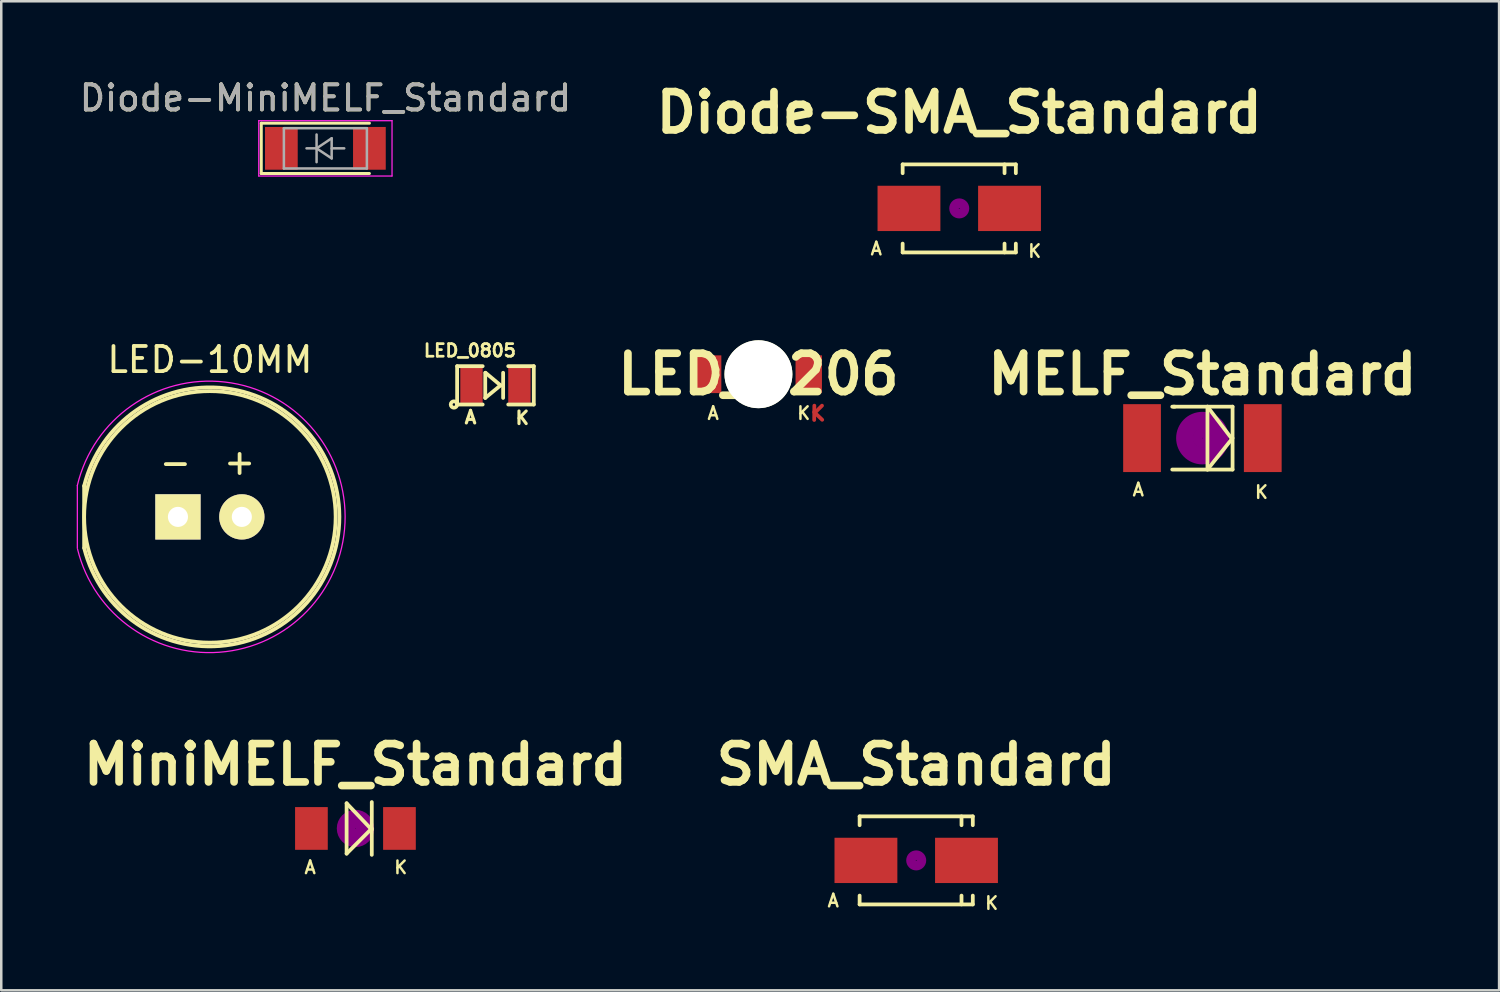
<source format=kicad_pcb>
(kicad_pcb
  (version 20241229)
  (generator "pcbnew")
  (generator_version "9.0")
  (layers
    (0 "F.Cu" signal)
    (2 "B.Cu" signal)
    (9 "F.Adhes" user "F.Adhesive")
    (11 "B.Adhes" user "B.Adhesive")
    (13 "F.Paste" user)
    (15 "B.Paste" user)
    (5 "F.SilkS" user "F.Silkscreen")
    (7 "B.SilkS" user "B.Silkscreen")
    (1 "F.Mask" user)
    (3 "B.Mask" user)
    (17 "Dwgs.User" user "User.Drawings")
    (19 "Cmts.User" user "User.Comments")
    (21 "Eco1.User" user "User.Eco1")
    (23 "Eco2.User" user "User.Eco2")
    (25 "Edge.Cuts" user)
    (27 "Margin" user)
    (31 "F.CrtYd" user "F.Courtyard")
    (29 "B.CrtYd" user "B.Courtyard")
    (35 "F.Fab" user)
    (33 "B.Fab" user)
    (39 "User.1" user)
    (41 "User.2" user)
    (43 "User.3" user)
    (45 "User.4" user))
  (footprint "LED-10MM"
    (layer "F.Cu")
    (at 4.025 17.501)
    (property "Reference" "LED-10MM" (at 1.27 -6.25 0) (layer "F.SilkS") (effects (font (size 1 1) (thickness 0.15))))
    (attr through_hole)
    (fp_line (start -3.73 -1.23) (end -3.73 1.23) (stroke (width 0.15) (type solid)) (layer "F.SilkS"))
    (fp_arc (start -3.73 -1.23) (mid 6.419063 -0.007159) (end -3.72656 1.243899) (stroke (width 0.15) (type solid)) (layer "F.SilkS"))
    (fp_circle (center 1.27 0) (end 1.27 5) (stroke (width 0.15) (type solid)) (fill no) (layer "F.SilkS"))
    (fp_line (start -4 -1.25) (end -4 1.25) (stroke (width 0.05) (type solid)) (layer "F.CrtYd"))
    (fp_arc (start -4 -1.25) (mid 6.646738 -0.014835) (end -3.993048 1.278845) (stroke (width 0.05) (type solid)) (layer "F.CrtYd"))
    (fp_text user "+" (at 2.451 -2.197 0) (layer "F.SilkS") (effects (font (size 1 1) (thickness 0.15))))
    (fp_text user "-" (at -0.102 -2.172 0) (layer "F.SilkS") (effects (font (size 1 1) (thickness 0.15))))
    (pad "1" thru_hole rect (at 0 0 180) (size 1.8 1.8) (drill 0.8) (layers "*.Cu" "*.Mask" "F.SilkS"))
    (pad "2" thru_hole circle (at 2.54 0 180) (size 1.8 1.8) (drill 0.8) (layers "*.Cu" "*.Mask" "F.SilkS")))
  (footprint "SMA_Standard"
    (layer "F.Cu")
    (at 33.378 31.159)
    (property "Reference" "SMA_Standard" (at 0 -3.81 0) (layer "F.SilkS") (effects (font (size 1.524 1.524) (thickness 0.305))))
    (attr smd)
    (fp_line (start -2.25 -1.75) (end -2.25 -1.4) (stroke (width 0.15) (type solid)) (layer "F.SilkS"))
    (fp_line (start -2.25 -1.75) (end 2.25 -1.75) (stroke (width 0.15) (type solid)) (layer "F.SilkS"))
    (fp_line (start -2.25 1.75) (end -2.25 1.4) (stroke (width 0.15) (type solid)) (layer "F.SilkS"))
    (fp_line (start -2.25 1.75) (end 2.25 1.75) (stroke (width 0.15) (type solid)) (layer "F.SilkS"))
    (fp_line (start 1.801 -1.75) (end 1.801 -1.4) (stroke (width 0.15) (type solid)) (layer "F.SilkS"))
    (fp_line (start 1.801 1.75) (end 1.801 1.4) (stroke (width 0.15) (type solid)) (layer "F.SilkS"))
    (fp_line (start 2.25 -1.75) (end 2.25 -1.4) (stroke (width 0.15) (type solid)) (layer "F.SilkS"))
    (fp_line (start 2.25 1.75) (end 2.25 1.4) (stroke (width 0.15) (type solid)) (layer "F.SilkS"))
    (fp_circle (center 0 0) (end 0.201 -0.051) (stroke (width 0.381) (type solid)) (fill no) (layer "F.Adhes"))
    (fp_text user "A" (at -3.299 1.6 0) (layer "F.SilkS") (effects (font (size 0.5 0.5) (thickness 0.099))))
    (fp_text user "K" (at 3 1.699 0) (layer "F.SilkS") (effects (font (size 0.5 0.5) (thickness 0.099))))
    (pad "1" smd rect (at 1.999 0) (size 2.499 1.801) (layers "F.Cu" "F.Mask" "F.Paste"))
    (pad "2" smd rect (at -1.999 0) (size 2.499 1.801) (layers "F.Cu" "F.Mask" "F.Paste")))
  (footprint "LED_1206"
    (layer "F.Cu")
    (at 27.105 11.829)
    (property "Reference" "LED_1206" (at 0 0 0) (layer "F.SilkS") (effects (font (size 1.524 1.524) (thickness 0.305))))
    (attr smd)
    (fp_line (start 2.215 1.506) (end 2.535 1.811) (stroke (width 0.15) (type solid)) (layer "F.Cu"))
    (fp_line (start 2.223 1.25) (end 2.217 1.819) (stroke (width 0.15) (type solid)) (layer "F.Cu"))
    (fp_line (start 2.253 1.521) (end 2.527 1.25) (stroke (width 0.15) (type solid)) (layer "F.Cu"))
    (fp_text user "A" (at -1.801 1.549 0) (layer "F.SilkS") (effects (font (size 0.5 0.5) (thickness 0.099))))
    (fp_text user "K" (at 1.801 1.549 0) (layer "F.SilkS") (effects (font (size 0.5 0.5) (thickness 0.099))))
    (pad "" np_thru_hole circle (at 0 0) (size 2.7 2.7) (drill 2.7) (layers "*.Cu" "*.Mask" "F.SilkS"))
    (pad "1" smd rect (at 2 0) (size 1.05 1.5) (layers "F.Cu" "F.Mask" "F.Paste"))
    (pad "2" smd rect (at -2 0) (size 1.05 1.5) (layers "F.Cu" "F.Mask" "F.Paste")))
  (footprint "LED_0805"
    (layer "F.Cu")
    (at 16.649 12.271)
    (property "Reference" "LED_0805" (at -1.016 -1.384 0) (layer "F.SilkS") (effects (font (size 0.5 0.5) (thickness 0.109))))
    (attr smd)
    (fp_line (start -1.524 -0.762) (end -0.508 -0.762) (stroke (width 0.15) (type solid)) (layer "F.SilkS"))
    (fp_line (start -1.524 0.762) (end -1.524 -0.762) (stroke (width 0.15) (type solid)) (layer "F.SilkS"))
    (fp_line (start -0.508 0.762) (end -1.524 0.762) (stroke (width 0.15) (type solid)) (layer "F.SilkS"))
    (fp_line (start -0.406 -0.5) (end -0.406 0.5) (stroke (width 0.15) (type solid)) (layer "F.SilkS"))
    (fp_line (start -0.394 -0.5) (end 0.203 0) (stroke (width 0.15) (type solid)) (layer "F.SilkS"))
    (fp_line (start 0.203 0) (end -0.406 0.5) (stroke (width 0.15) (type solid)) (layer "F.SilkS"))
    (fp_line (start 0.305 -0.5) (end 0.305 0.5) (stroke (width 0.15) (type solid)) (layer "F.SilkS"))
    (fp_line (start 0.508 -0.762) (end 1.524 -0.762) (stroke (width 0.15) (type solid)) (layer "F.SilkS"))
    (fp_line (start 1.524 -0.762) (end 1.524 0.762) (stroke (width 0.15) (type solid)) (layer "F.SilkS"))
    (fp_line (start 1.524 0.762) (end 0.508 0.762) (stroke (width 0.15) (type solid)) (layer "F.SilkS"))
    (fp_circle (center -1.651 0.762) (end -1.651 0.635) (stroke (width 0.15) (type solid)) (fill no) (layer "F.SilkS"))
    (fp_text user "A" (at -0.991 1.27 0) (layer "F.SilkS") (effects (font (size 0.5 0.5) (thickness 0.125))))
    (fp_text user "K" (at 1.067 1.295 0) (layer "F.SilkS") (effects (font (size 0.5 0.5) (thickness 0.125))))
    (pad "1" smd rect (at -0.953 0) (size 0.889 1.397) (layers "F.Cu" "F.Mask" "F.Paste"))
    (pad "2" smd rect (at 0.953 0) (size 0.889 1.397) (layers "F.Cu" "F.Mask" "F.Paste")))
  (footprint "MiniMELF_Standard"
    (layer "F.Cu")
    (at 11.082 29.889)
    (property "Reference" "MiniMELF_Standard" (at 0 -2.54 0) (layer "F.SilkS") (effects (font (size 1.524 1.524) (thickness 0.305))))
    (attr smd)
    (fp_line (start -0.351 -1.001) (end -0.351 1.001) (stroke (width 0.15) (type solid)) (layer "F.SilkS"))
    (fp_line (start -0.351 1.001) (end 0.65 0) (stroke (width 0.15) (type solid)) (layer "F.SilkS"))
    (fp_line (start 0.65 -1.049) (end 0.65 1.049) (stroke (width 0.15) (type solid)) (layer "F.SilkS"))
    (fp_line (start 0.65 0.051) (end -0.351 -1.001) (stroke (width 0.15) (type solid)) (layer "F.SilkS"))
    (fp_circle (center 0 0) (end 0 0.201) (stroke (width 0.381) (type solid)) (fill no) (layer "F.Adhes"))
    (fp_circle (center 0 0) (end 0 0.551) (stroke (width 0.381) (type solid)) (fill no) (layer "F.Adhes"))
    (fp_text user "K" (at 1.801 1.549 0) (layer "F.SilkS") (effects (font (size 0.5 0.5) (thickness 0.099))))
    (fp_text user "A" (at -1.801 1.549 0) (layer "F.SilkS") (effects (font (size 0.5 0.5) (thickness 0.099))))
    (pad "1" smd rect (at 1.75 0) (size 1.3 1.699) (layers "F.Cu" "F.Mask" "F.Paste"))
    (pad "2" smd rect (at -1.75 0) (size 1.3 1.699) (layers "F.Cu" "F.Mask" "F.Paste")))
  (footprint "MELF_Standard"
    (layer "F.Cu")
    (at 44.757 14.369)
    (property "Reference" "MELF_Standard" (at 0 -2.54 0) (layer "F.SilkS") (effects (font (size 1.524 1.524) (thickness 0.305))))
    (attr smd)
    (fp_line (start -1.1 -1.25) (end -1.199 -1.25) (stroke (width 0.15) (type solid)) (layer "F.SilkS"))
    (fp_line (start -1.1 1.25) (end -1.199 1.25) (stroke (width 0.15) (type solid)) (layer "F.SilkS"))
    (fp_line (start 0.201 -1.25) (end 0.201 1.25) (stroke (width 0.15) (type solid)) (layer "F.SilkS"))
    (fp_line (start 0.201 1.25) (end 1.199 0) (stroke (width 0.15) (type solid)) (layer "F.SilkS"))
    (fp_line (start 1.151 0) (end 0.201 -1.25) (stroke (width 0.15) (type solid)) (layer "F.SilkS"))
    (fp_line (start 1.199 -1.25) (end -1.151 -1.25) (stroke (width 0.15) (type solid)) (layer "F.SilkS"))
    (fp_line (start 1.199 -1.25) (end 1.199 1.25) (stroke (width 0.15) (type solid)) (layer "F.SilkS"))
    (fp_line (start 1.199 1.25) (end -1.049 1.25) (stroke (width 0.15) (type solid)) (layer "F.SilkS"))
    (fp_circle (center 0 0) (end 0 0.201) (stroke (width 0.381) (type solid)) (fill no) (layer "F.Adhes"))
    (fp_circle (center 0 0) (end 0 0.551) (stroke (width 0.381) (type solid)) (fill no) (layer "F.Adhes"))
    (fp_circle (center 0 0) (end 0.8 0.3) (stroke (width 0.381) (type solid)) (fill no) (layer "F.Adhes"))
    (fp_text user "A" (at -2.55 2.05 0) (layer "F.SilkS") (effects (font (size 0.5 0.5) (thickness 0.099))))
    (fp_text user "K" (at 2.349 2.149 0) (layer "F.SilkS") (effects (font (size 0.5 0.5) (thickness 0.099))))
    (pad "1" smd rect (at -2.4 0) (size 1.501 2.7) (layers "F.Cu" "F.Mask" "F.Paste"))
    (pad "2" smd rect (at 2.4 0) (size 1.501 2.7) (layers "F.Cu" "F.Mask" "F.Paste")))
  (footprint "Diode-SMA_Standard"
    (layer "F.Cu")
    (at 35.089 5.236)
    (property "Reference" "Diode-SMA_Standard" (at 0 -3.81 0) (layer "F.SilkS") (effects (font (size 1.524 1.524) (thickness 0.305))))
    (attr smd)
    (fp_line (start -2.25 -1.75) (end -2.25 -1.4) (stroke (width 0.15) (type solid)) (layer "F.SilkS"))
    (fp_line (start -2.25 -1.75) (end 2.25 -1.75) (stroke (width 0.15) (type solid)) (layer "F.SilkS"))
    (fp_line (start -2.25 1.75) (end -2.25 1.4) (stroke (width 0.15) (type solid)) (layer "F.SilkS"))
    (fp_line (start -2.25 1.75) (end 2.25 1.75) (stroke (width 0.15) (type solid)) (layer "F.SilkS"))
    (fp_line (start 1.801 -1.75) (end 1.801 -1.4) (stroke (width 0.15) (type solid)) (layer "F.SilkS"))
    (fp_line (start 1.801 1.75) (end 1.801 1.4) (stroke (width 0.15) (type solid)) (layer "F.SilkS"))
    (fp_line (start 2.25 -1.75) (end 2.25 -1.4) (stroke (width 0.15) (type solid)) (layer "F.SilkS"))
    (fp_line (start 2.25 1.75) (end 2.25 1.4) (stroke (width 0.15) (type solid)) (layer "F.SilkS"))
    (fp_circle (center 0 0) (end 0.201 -0.051) (stroke (width 0.381) (type solid)) (fill no) (layer "F.Adhes"))
    (fp_text user "A" (at -3.299 1.6 0) (layer "F.SilkS") (effects (font (size 0.5 0.5) (thickness 0.099))))
    (fp_text user "K" (at 3 1.699 0) (layer "F.SilkS") (effects (font (size 0.5 0.5) (thickness 0.099))))
    (pad "1" smd rect (at -1.999 0) (size 2.499 1.801) (layers "F.Cu" "F.Mask" "F.Paste"))
    (pad "2" smd rect (at 1.999 0) (size 2.499 1.801) (layers "F.Cu" "F.Mask" "F.Paste")))
  (footprint "Diode-MiniMELF_Standard"
    (layer "F.Cu")
    (at 9.887 2.848)
    (property "Reference" "Diode-MiniMELF_Standard" (at 0 -2 0) (layer "F.SilkS") (effects (font (size 1 1) (thickness 0.15))))
    (attr smd)
    (fp_line (start -2.55 -1) (end -2.55 1) (stroke (width 0.12) (type solid)) (layer "F.SilkS"))
    (fp_line (start -2.55 1) (end 1.75 1) (stroke (width 0.12) (type solid)) (layer "F.SilkS"))
    (fp_line (start 1.75 -1) (end -2.55 -1) (stroke (width 0.12) (type solid)) (layer "F.SilkS"))
    (fp_line (start -2.65 -1.1) (end 2.65 -1.1) (stroke (width 0.05) (type solid)) (layer "F.CrtYd"))
    (fp_line (start -2.65 1.1) (end -2.65 -1.1) (stroke (width 0.05) (type solid)) (layer "F.CrtYd"))
    (fp_line (start 2.65 -1.1) (end 2.65 1.1) (stroke (width 0.05) (type solid)) (layer "F.CrtYd"))
    (fp_line (start 2.65 1.1) (end -2.65 1.1) (stroke (width 0.05) (type solid)) (layer "F.CrtYd"))
    (fp_line (start -1.65 -0.8) (end 1.65 -0.8) (stroke (width 0.1) (type solid)) (layer "F.Fab"))
    (fp_line (start -1.65 0.8) (end -1.65 -0.8) (stroke (width 0.1) (type solid)) (layer "F.Fab"))
    (fp_line (start -0.75 0) (end -0.35 0) (stroke (width 0.1) (type solid)) (layer "F.Fab"))
    (fp_line (start -0.35 0) (end -0.35 -0.55) (stroke (width 0.1) (type solid)) (layer "F.Fab"))
    (fp_line (start -0.35 0) (end -0.35 0.55) (stroke (width 0.1) (type solid)) (layer "F.Fab"))
    (fp_line (start -0.35 0) (end 0.25 -0.4) (stroke (width 0.1) (type solid)) (layer "F.Fab"))
    (fp_line (start 0.25 -0.4) (end 0.25 0.4) (stroke (width 0.1) (type solid)) (layer "F.Fab"))
    (fp_line (start 0.25 0) (end 0.75 0) (stroke (width 0.1) (type solid)) (layer "F.Fab"))
    (fp_line (start 0.25 0.4) (end -0.35 0) (stroke (width 0.1) (type solid)) (layer "F.Fab"))
    (fp_line (start 1.65 -0.8) (end 1.65 0.8) (stroke (width 0.1) (type solid)) (layer "F.Fab"))
    (fp_line (start 1.65 0.8) (end -1.65 0.8) (stroke (width 0.1) (type solid)) (layer "F.Fab"))
    (fp_text user "${REFERENCE}" (at 0 -2 0) (layer "F.Fab") (effects (font (size 1 1) (thickness 0.15))))
    (pad "1" smd rect (at -1.75 0) (size 1.3 1.7) (layers "F.Cu" "F.Mask" "F.Paste"))
    (pad "2" smd rect (at 1.75 0) (size 1.3 1.7) (layers "F.Cu" "F.Mask" "F.Paste")))
  (gr_rect
    (start -3 -3)
    (end 56.553 36.325)
    (stroke (width 0.1) (type default))
    (fill no)
    (layer "Edge.Cuts")))
</source>
